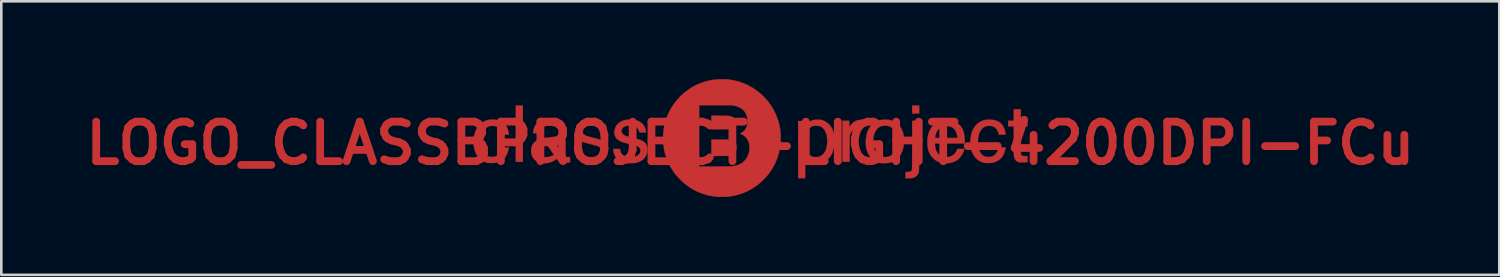
<source format=kicad_pcb>
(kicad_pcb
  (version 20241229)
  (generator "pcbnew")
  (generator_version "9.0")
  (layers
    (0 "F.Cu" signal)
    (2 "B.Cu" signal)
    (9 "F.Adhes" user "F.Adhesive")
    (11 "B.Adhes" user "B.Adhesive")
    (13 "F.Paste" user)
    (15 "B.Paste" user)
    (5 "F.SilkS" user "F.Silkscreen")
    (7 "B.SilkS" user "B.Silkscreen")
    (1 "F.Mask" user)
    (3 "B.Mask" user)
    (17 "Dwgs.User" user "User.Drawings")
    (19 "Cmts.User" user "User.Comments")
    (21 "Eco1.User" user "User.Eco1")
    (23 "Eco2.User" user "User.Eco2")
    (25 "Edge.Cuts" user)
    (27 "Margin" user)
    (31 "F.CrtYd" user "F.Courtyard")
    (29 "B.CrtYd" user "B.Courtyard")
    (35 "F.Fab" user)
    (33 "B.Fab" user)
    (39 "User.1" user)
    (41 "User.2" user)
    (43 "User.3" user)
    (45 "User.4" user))
  (footprint "LOGO_CLASSBPROJECT-LIGHT-4200DPI-FCu"
    (layer "F.Cu")
    (at 25.879 2.475)
    (property "Reference" "LOGO_CLASSBPROJECT-LIGHT-4200DPI-FCu" (at 0 0 0) (layer "F.Cu") (effects (font (size 1.524 1.524) (thickness 0.3))))
    (attr through_hole)
    (fp_poly (pts (xy -8.769 0.714) (xy -9.041 0.714) (xy -9.041 -1.457) (xy -8.769 -1.457) (xy -8.769 0.714)) (stroke (width 0.01) (type solid)) (fill yes) (layer "F.Cu"))
    (fp_poly (pts (xy 6.513 -1.149) (xy 6.241 -1.149) (xy 6.241 -1.457) (xy 6.513 -1.457) (xy 6.513 -1.149)) (stroke (width 0.01) (type solid)) (fill yes) (layer "F.Cu"))
    (fp_poly (pts (xy 4.33 -0.617) (xy 4.249 -0.617) (xy 4.18 -0.614) (xy 4.119 -0.604) (xy 4.065 -0.587) (xy 4.018 -0.562) (xy 3.974 -0.529) (xy 3.951 -0.505) (xy 3.915 -0.464) (xy 3.887 -0.422) (xy 3.864 -0.376) (xy 3.85 -0.34) (xy 3.831 -0.287) (xy 3.829 0.213) (xy 3.828 0.714) (xy 3.556 0.714) (xy 3.556 -0.871) (xy 3.816 -0.871) (xy 3.816 -0.621) (xy 3.834 -0.648) (xy 3.854 -0.677) (xy 3.882 -0.711) (xy 3.914 -0.745) (xy 3.946 -0.778) (xy 3.978 -0.806) (xy 3.982 -0.809) (xy 4.03 -0.844) (xy 4.076 -0.869) (xy 4.125 -0.887) (xy 4.178 -0.897) (xy 4.238 -0.901) (xy 4.254 -0.901) (xy 4.33 -0.901) (xy 4.33 -0.617)) (stroke (width 0.01) (type solid)) (fill yes) (layer "F.Cu"))
    (fp_poly (pts (xy -1.193 -0.145) (xy -1.109 -0.145) (xy -1.036 -0.145) (xy -0.974 -0.144) (xy -0.92 -0.143) (xy -0.874 -0.141) (xy -0.835 -0.138) (xy -0.802 -0.135) (xy -0.774 -0.131) (xy -0.749 -0.126) (xy -0.727 -0.121) (xy -0.707 -0.114) (xy -0.687 -0.105) (xy -0.673 -0.099) (xy -0.626 -0.07) (xy -0.588 -0.032) (xy -0.559 0.013) (xy -0.54 0.064) (xy -0.536 0.089) (xy -0.533 0.122) (xy -0.533 0.16) (xy -0.534 0.198) (xy -0.537 0.232) (xy -0.539 0.245) (xy -0.554 0.299) (xy -0.58 0.348) (xy -0.614 0.392) (xy -0.655 0.427) (xy -0.691 0.448) (xy -0.708 0.456) (xy -0.723 0.462) (xy -0.738 0.468) (xy -0.755 0.472) (xy -0.773 0.476) (xy -0.794 0.479) (xy -0.82 0.481) (xy -0.85 0.483) (xy -0.887 0.485) (xy -0.931 0.486) (xy -0.984 0.487) (xy -1.046 0.487) (xy -1.119 0.488) (xy -1.157 0.488) (xy -1.5 0.491) (xy -1.5 -0.145) (xy -1.193 -0.145)) (stroke (width 0.01) (type solid)) (fill yes) (layer "F.Cu"))
    (fp_poly (pts (xy -1.175 -1.063) (xy -1.099 -1.062) (xy -1.035 -1.061) (xy -0.981 -1.06) (xy -0.934 -1.059) (xy -0.896 -1.058) (xy -0.863 -1.056) (xy -0.836 -1.054) (xy -0.812 -1.052) (xy -0.791 -1.048) (xy -0.772 -1.044) (xy -0.753 -1.04) (xy -0.733 -1.034) (xy -0.724 -1.032) (xy -0.682 -1.013) (xy -0.645 -0.985) (xy -0.618 -0.953) (xy -0.604 -0.93) (xy -0.595 -0.907) (xy -0.588 -0.881) (xy -0.585 -0.85) (xy -0.584 -0.811) (xy -0.584 -0.801) (xy -0.584 -0.767) (xy -0.586 -0.742) (xy -0.589 -0.723) (xy -0.594 -0.705) (xy -0.598 -0.695) (xy -0.62 -0.652) (xy -0.652 -0.617) (xy -0.694 -0.589) (xy -0.705 -0.583) (xy -0.722 -0.575) (xy -0.738 -0.568) (xy -0.754 -0.562) (xy -0.77 -0.557) (xy -0.789 -0.553) (xy -0.81 -0.55) (xy -0.835 -0.547) (xy -0.865 -0.545) (xy -0.901 -0.543) (xy -0.945 -0.542) (xy -0.997 -0.541) (xy -1.058 -0.541) (xy -1.13 -0.54) (xy -1.166 -0.54) (xy -1.5 -0.537) (xy -1.5 -1.066) (xy -1.175 -1.063)) (stroke (width 0.01) (type solid)) (fill yes) (layer "F.Cu"))
    (fp_poly (pts (xy 6.512 0.095) (xy 6.511 0.222) (xy 6.511 0.337) (xy 6.511 0.442) (xy 6.51 0.536) (xy 6.51 0.62) (xy 6.51 0.695) (xy 6.51 0.761) (xy 6.509 0.819) (xy 6.509 0.87) (xy 6.508 0.914) (xy 6.508 0.951) (xy 6.507 0.983) (xy 6.506 1.01) (xy 6.506 1.032) (xy 6.505 1.049) (xy 6.504 1.064) (xy 6.503 1.075) (xy 6.502 1.084) (xy 6.5 1.092) (xy 6.499 1.098) (xy 6.479 1.159) (xy 6.452 1.21) (xy 6.416 1.254) (xy 6.371 1.289) (xy 6.317 1.317) (xy 6.268 1.334) (xy 6.25 1.338) (xy 6.226 1.341) (xy 6.194 1.344) (xy 6.154 1.346) (xy 6.11 1.347) (xy 5.987 1.35) (xy 5.987 1.107) (xy 6.025 1.107) (xy 6.059 1.106) (xy 6.095 1.102) (xy 6.131 1.098) (xy 6.161 1.092) (xy 6.184 1.086) (xy 6.187 1.085) (xy 6.204 1.075) (xy 6.217 1.059) (xy 6.226 1.036) (xy 6.233 1.003) (xy 6.235 0.994) (xy 6.236 0.982) (xy 6.237 0.958) (xy 6.237 0.923) (xy 6.238 0.876) (xy 6.239 0.819) (xy 6.239 0.751) (xy 6.24 0.674) (xy 6.24 0.586) (xy 6.24 0.489) (xy 6.241 0.382) (xy 6.241 0.267) (xy 6.241 0.144) (xy 6.241 0.044) (xy 6.241 -0.865) (xy 6.514 -0.865) (xy 6.512 0.095)) (stroke (width 0.01) (type solid)) (fill yes) (layer "F.Cu"))
    (fp_poly (pts (xy 10.432 -0.871) (xy 10.686 -0.871) (xy 10.686 -0.653) (xy 10.432 -0.653) (xy 10.432 -0.122) (xy 10.432 -0.03) (xy 10.432 0.051) (xy 10.432 0.122) (xy 10.433 0.183) (xy 10.433 0.235) (xy 10.433 0.278) (xy 10.434 0.315) (xy 10.434 0.344) (xy 10.435 0.368) (xy 10.436 0.387) (xy 10.437 0.401) (xy 10.438 0.412) (xy 10.439 0.42) (xy 10.441 0.426) (xy 10.443 0.431) (xy 10.444 0.432) (xy 10.456 0.454) (xy 10.47 0.471) (xy 10.489 0.482) (xy 10.514 0.49) (xy 10.546 0.494) (xy 10.589 0.496) (xy 10.604 0.496) (xy 10.686 0.496) (xy 10.686 0.718) (xy 10.651 0.726) (xy 10.628 0.729) (xy 10.596 0.732) (xy 10.558 0.734) (xy 10.517 0.735) (xy 10.475 0.736) (xy 10.436 0.735) (xy 10.401 0.734) (xy 10.373 0.731) (xy 10.358 0.729) (xy 10.307 0.711) (xy 10.264 0.685) (xy 10.229 0.65) (xy 10.201 0.606) (xy 10.179 0.552) (xy 10.17 0.516) (xy 10.168 0.507) (xy 10.167 0.497) (xy 10.165 0.484) (xy 10.164 0.469) (xy 10.163 0.449) (xy 10.162 0.424) (xy 10.162 0.394) (xy 10.161 0.357) (xy 10.161 0.314) (xy 10.161 0.263) (xy 10.16 0.203) (xy 10.16 0.133) (xy 10.16 0.054) (xy 10.16 -0.037) (xy 10.16 -0.09) (xy 10.16 -0.653) (xy 9.942 -0.653) (xy 9.942 -0.871) (xy 10.16 -0.871) (xy 10.16 -1.312) (xy 10.432 -1.312) (xy 10.432 -0.871)) (stroke (width 0.01) (type solid)) (fill yes) (layer "F.Cu"))
    (fp_poly (pts (xy -9.873 -0.912) (xy -9.834 -0.91) (xy -9.815 -0.907) (xy -9.729 -0.89) (xy -9.649 -0.864) (xy -9.578 -0.83) (xy -9.516 -0.789) (xy -9.462 -0.739) (xy -9.442 -0.716) (xy -9.405 -0.662) (xy -9.374 -0.6) (xy -9.348 -0.529) (xy -9.327 -0.448) (xy -9.311 -0.358) (xy -9.307 -0.333) (xy -9.572 -0.333) (xy -9.585 -0.385) (xy -9.605 -0.444) (xy -9.631 -0.5) (xy -9.661 -0.548) (xy -9.69 -0.583) (xy -9.728 -0.615) (xy -9.768 -0.64) (xy -9.814 -0.657) (xy -9.867 -0.667) (xy -9.928 -0.671) (xy -9.943 -0.671) (xy -9.983 -0.67) (xy -10.019 -0.667) (xy -10.047 -0.663) (xy -10.048 -0.662) (xy -10.11 -0.64) (xy -10.166 -0.608) (xy -10.216 -0.566) (xy -10.259 -0.513) (xy -10.296 -0.45) (xy -10.327 -0.377) (xy -10.351 -0.293) (xy -10.363 -0.237) (xy -10.369 -0.195) (xy -10.373 -0.143) (xy -10.376 -0.087) (xy -10.377 -0.03) (xy -10.375 0.025) (xy -10.372 0.074) (xy -10.369 0.103) (xy -10.353 0.183) (xy -10.331 0.257) (xy -10.302 0.323) (xy -10.267 0.381) (xy -10.227 0.429) (xy -10.189 0.463) (xy -10.15 0.488) (xy -10.107 0.506) (xy -10.078 0.514) (xy -10.037 0.522) (xy -9.99 0.525) (xy -9.941 0.526) (xy -9.895 0.522) (xy -9.864 0.517) (xy -9.808 0.497) (xy -9.755 0.467) (xy -9.708 0.427) (xy -9.666 0.376) (xy -9.63 0.317) (xy -9.6 0.25) (xy -9.579 0.183) (xy -9.573 0.157) (xy -9.307 0.157) (xy -9.311 0.18) (xy -9.331 0.278) (xy -9.359 0.366) (xy -9.394 0.445) (xy -9.436 0.514) (xy -9.485 0.575) (xy -9.542 0.628) (xy -9.583 0.657) (xy -9.64 0.69) (xy -9.699 0.717) (xy -9.762 0.737) (xy -9.834 0.752) (xy -9.836 0.753) (xy -9.868 0.757) (xy -9.909 0.76) (xy -9.955 0.761) (xy -10.001 0.761) (xy -10.047 0.76) (xy -10.087 0.758) (xy -10.119 0.754) (xy -10.126 0.753) (xy -10.209 0.73) (xy -10.287 0.697) (xy -10.359 0.654) (xy -10.425 0.601) (xy -10.484 0.539) (xy -10.535 0.468) (xy -10.579 0.389) (xy -10.615 0.302) (xy -10.637 0.227) (xy -10.654 0.145) (xy -10.664 0.056) (xy -10.668 -0.038) (xy -10.665 -0.134) (xy -10.656 -0.229) (xy -10.64 -0.32) (xy -10.631 -0.36) (xy -10.602 -0.453) (xy -10.563 -0.54) (xy -10.516 -0.618) (xy -10.461 -0.689) (xy -10.398 -0.752) (xy -10.328 -0.805) (xy -10.251 -0.849) (xy -10.168 -0.883) (xy -10.127 -0.896) (xy -10.097 -0.902) (xy -10.059 -0.906) (xy -10.014 -0.91) (xy -9.966 -0.912) (xy -9.918 -0.913) (xy -9.873 -0.912)) (stroke (width 0.01) (type solid)) (fill yes) (layer "F.Cu"))
    (fp_poly (pts (xy 9.28 -0.912) (xy 9.319 -0.91) (xy 9.338 -0.907) (xy 9.424 -0.89) (xy 9.503 -0.864) (xy 9.574 -0.83) (xy 9.637 -0.789) (xy 9.691 -0.739) (xy 9.711 -0.716) (xy 9.748 -0.662) (xy 9.779 -0.6) (xy 9.805 -0.529) (xy 9.826 -0.448) (xy 9.842 -0.358) (xy 9.846 -0.333) (xy 9.581 -0.333) (xy 9.567 -0.385) (xy 9.548 -0.444) (xy 9.522 -0.5) (xy 9.492 -0.548) (xy 9.462 -0.583) (xy 9.425 -0.615) (xy 9.385 -0.64) (xy 9.339 -0.657) (xy 9.286 -0.667) (xy 9.225 -0.671) (xy 9.21 -0.671) (xy 9.17 -0.67) (xy 9.134 -0.667) (xy 9.106 -0.663) (xy 9.104 -0.662) (xy 9.042 -0.64) (xy 8.986 -0.608) (xy 8.937 -0.566) (xy 8.894 -0.513) (xy 8.857 -0.45) (xy 8.826 -0.377) (xy 8.802 -0.293) (xy 8.79 -0.237) (xy 8.784 -0.195) (xy 8.78 -0.143) (xy 8.777 -0.087) (xy 8.776 -0.03) (xy 8.777 0.025) (xy 8.78 0.074) (xy 8.784 0.103) (xy 8.8 0.183) (xy 8.822 0.257) (xy 8.851 0.323) (xy 8.886 0.381) (xy 8.926 0.429) (xy 8.964 0.463) (xy 9.002 0.488) (xy 9.046 0.506) (xy 9.075 0.514) (xy 9.116 0.522) (xy 9.163 0.525) (xy 9.212 0.526) (xy 9.258 0.522) (xy 9.289 0.517) (xy 9.345 0.497) (xy 9.397 0.467) (xy 9.445 0.427) (xy 9.487 0.376) (xy 9.523 0.317) (xy 9.553 0.25) (xy 9.573 0.183) (xy 9.58 0.157) (xy 9.846 0.157) (xy 9.842 0.18) (xy 9.822 0.278) (xy 9.794 0.366) (xy 9.759 0.445) (xy 9.717 0.514) (xy 9.668 0.575) (xy 9.611 0.628) (xy 9.57 0.657) (xy 9.513 0.69) (xy 9.454 0.717) (xy 9.39 0.737) (xy 9.319 0.752) (xy 9.317 0.753) (xy 9.284 0.757) (xy 9.244 0.76) (xy 9.198 0.761) (xy 9.151 0.761) (xy 9.106 0.76) (xy 9.066 0.758) (xy 9.033 0.754) (xy 9.027 0.753) (xy 8.943 0.73) (xy 8.866 0.697) (xy 8.794 0.654) (xy 8.728 0.601) (xy 8.669 0.539) (xy 8.618 0.468) (xy 8.574 0.389) (xy 8.538 0.302) (xy 8.515 0.227) (xy 8.499 0.145) (xy 8.489 0.056) (xy 8.485 -0.038) (xy 8.488 -0.134) (xy 8.497 -0.229) (xy 8.513 -0.32) (xy 8.522 -0.36) (xy 8.551 -0.453) (xy 8.59 -0.54) (xy 8.637 -0.618) (xy 8.692 -0.689) (xy 8.755 -0.752) (xy 8.825 -0.805) (xy 8.902 -0.849) (xy 8.985 -0.883) (xy 9.026 -0.896) (xy 9.055 -0.902) (xy 9.094 -0.906) (xy 9.139 -0.91) (xy 9.186 -0.912) (xy 9.234 -0.913) (xy 9.28 -0.912)) (stroke (width 0.01) (type solid)) (fill yes) (layer "F.Cu"))
    (fp_poly (pts (xy 2.642 -0.91) (xy 2.674 -0.909) (xy 2.698 -0.908) (xy 2.718 -0.906) (xy 2.735 -0.903) (xy 2.752 -0.899) (xy 2.771 -0.893) (xy 2.773 -0.893) (xy 2.852 -0.862) (xy 2.926 -0.821) (xy 2.994 -0.771) (xy 3.054 -0.711) (xy 3.108 -0.643) (xy 3.153 -0.567) (xy 3.189 -0.484) (xy 3.196 -0.464) (xy 3.216 -0.391) (xy 3.231 -0.31) (xy 3.24 -0.222) (xy 3.244 -0.13) (xy 3.243 -0.036) (xy 3.236 0.057) (xy 3.224 0.148) (xy 3.207 0.233) (xy 3.196 0.275) (xy 3.164 0.366) (xy 3.124 0.449) (xy 3.075 0.523) (xy 3.019 0.588) (xy 2.954 0.645) (xy 2.882 0.692) (xy 2.851 0.708) (xy 2.812 0.726) (xy 2.777 0.74) (xy 2.744 0.75) (xy 2.709 0.758) (xy 2.671 0.762) (xy 2.627 0.764) (xy 2.573 0.765) (xy 2.567 0.765) (xy 2.525 0.765) (xy 2.493 0.764) (xy 2.468 0.763) (xy 2.449 0.761) (xy 2.432 0.759) (xy 2.415 0.755) (xy 2.397 0.749) (xy 2.392 0.748) (xy 2.347 0.733) (xy 2.309 0.716) (xy 2.275 0.696) (xy 2.241 0.671) (xy 2.204 0.638) (xy 2.185 0.62) (xy 2.117 0.553) (xy 2.117 1.343) (xy 1.845 1.343) (xy 1.845 -0.014) (xy 2.109 -0.014) (xy 2.114 0.081) (xy 2.127 0.167) (xy 2.148 0.245) (xy 2.175 0.314) (xy 2.21 0.375) (xy 2.251 0.425) (xy 2.3 0.467) (xy 2.355 0.499) (xy 2.417 0.521) (xy 2.44 0.526) (xy 2.467 0.53) (xy 2.502 0.531) (xy 2.54 0.531) (xy 2.578 0.53) (xy 2.61 0.527) (xy 2.633 0.523) (xy 2.687 0.503) (xy 2.74 0.473) (xy 2.79 0.435) (xy 2.834 0.39) (xy 2.87 0.339) (xy 2.884 0.316) (xy 2.912 0.255) (xy 2.933 0.192) (xy 2.949 0.123) (xy 2.96 0.047) (xy 2.967 -0.033) (xy 2.968 -0.128) (xy 2.961 -0.218) (xy 2.947 -0.302) (xy 2.925 -0.38) (xy 2.897 -0.45) (xy 2.862 -0.512) (xy 2.821 -0.565) (xy 2.812 -0.574) (xy 2.766 -0.613) (xy 2.716 -0.643) (xy 2.661 -0.663) (xy 2.598 -0.674) (xy 2.537 -0.677) (xy 2.499 -0.676) (xy 2.465 -0.673) (xy 2.437 -0.669) (xy 2.434 -0.668) (xy 2.371 -0.646) (xy 2.315 -0.614) (xy 2.266 -0.572) (xy 2.223 -0.52) (xy 2.187 -0.459) (xy 2.158 -0.387) (xy 2.136 -0.305) (xy 2.12 -0.213) (xy 2.111 -0.117) (xy 2.109 -0.014) (xy 1.845 -0.014) (xy 1.845 -0.859) (xy 2.111 -0.859) (xy 2.111 -0.679) (xy 2.176 -0.743) (xy 2.228 -0.791) (xy 2.28 -0.829) (xy 2.334 -0.86) (xy 2.392 -0.884) (xy 2.443 -0.899) (xy 2.46 -0.903) (xy 2.48 -0.906) (xy 2.503 -0.908) (xy 2.533 -0.909) (xy 2.572 -0.91) (xy 2.6 -0.91) (xy 2.642 -0.91)) (stroke (width 0.01) (type solid)) (fill yes) (layer "F.Cu"))
    (fp_poly (pts (xy 5.239 -0.912) (xy 5.287 -0.91) (xy 5.329 -0.906) (xy 5.344 -0.904) (xy 5.434 -0.882) (xy 5.519 -0.85) (xy 5.599 -0.806) (xy 5.672 -0.753) (xy 5.718 -0.711) (xy 5.773 -0.649) (xy 5.819 -0.582) (xy 5.856 -0.508) (xy 5.883 -0.435) (xy 5.897 -0.386) (xy 5.908 -0.336) (xy 5.916 -0.284) (xy 5.922 -0.226) (xy 5.925 -0.16) (xy 5.925 -0.15) (xy 5.924 -0.034) (xy 5.915 0.075) (xy 5.898 0.176) (xy 5.871 0.272) (xy 5.836 0.362) (xy 5.791 0.448) (xy 5.764 0.49) (xy 5.713 0.557) (xy 5.655 0.615) (xy 5.59 0.663) (xy 5.517 0.703) (xy 5.436 0.733) (xy 5.347 0.755) (xy 5.325 0.759) (xy 5.294 0.763) (xy 5.254 0.765) (xy 5.21 0.767) (xy 5.163 0.767) (xy 5.116 0.767) (xy 5.074 0.765) (xy 5.038 0.762) (xy 5.016 0.759) (xy 4.929 0.737) (xy 4.847 0.705) (xy 4.773 0.663) (xy 4.705 0.611) (xy 4.644 0.55) (xy 4.591 0.479) (xy 4.55 0.408) (xy 4.512 0.322) (xy 4.484 0.229) (xy 4.464 0.129) (xy 4.454 0.024) (xy 4.454 -0.05) (xy 4.735 -0.05) (xy 4.739 0.04) (xy 4.75 0.125) (xy 4.769 0.203) (xy 4.794 0.274) (xy 4.825 0.338) (xy 4.863 0.394) (xy 4.906 0.44) (xy 4.955 0.476) (xy 4.979 0.489) (xy 5.015 0.506) (xy 5.05 0.518) (xy 5.087 0.525) (xy 5.128 0.529) (xy 5.176 0.53) (xy 5.201 0.53) (xy 5.239 0.529) (xy 5.268 0.528) (xy 5.291 0.525) (xy 5.311 0.522) (xy 5.33 0.516) (xy 5.344 0.512) (xy 5.396 0.49) (xy 5.443 0.461) (xy 5.483 0.424) (xy 5.519 0.378) (xy 5.551 0.321) (xy 5.579 0.255) (xy 5.591 0.222) (xy 5.616 0.133) (xy 5.633 0.044) (xy 5.641 -0.049) (xy 5.641 -0.148) (xy 5.641 -0.148) (xy 5.636 -0.225) (xy 5.627 -0.293) (xy 5.613 -0.354) (xy 5.594 -0.41) (xy 5.569 -0.465) (xy 5.568 -0.468) (xy 5.532 -0.526) (xy 5.487 -0.576) (xy 5.434 -0.616) (xy 5.373 -0.647) (xy 5.352 -0.655) (xy 5.33 -0.663) (xy 5.309 -0.668) (xy 5.288 -0.672) (xy 5.263 -0.674) (xy 5.23 -0.676) (xy 5.215 -0.676) (xy 5.16 -0.676) (xy 5.114 -0.673) (xy 5.074 -0.666) (xy 5.036 -0.655) (xy 4.997 -0.639) (xy 4.946 -0.607) (xy 4.899 -0.565) (xy 4.857 -0.514) (xy 4.821 -0.454) (xy 4.791 -0.385) (xy 4.767 -0.309) (xy 4.749 -0.227) (xy 4.739 -0.139) (xy 4.735 -0.05) (xy 4.454 -0.05) (xy 4.454 -0.086) (xy 4.456 -0.138) (xy 4.466 -0.23) (xy 4.48 -0.314) (xy 4.499 -0.39) (xy 4.525 -0.461) (xy 4.554 -0.526) (xy 4.602 -0.609) (xy 4.657 -0.683) (xy 4.719 -0.746) (xy 4.788 -0.8) (xy 4.864 -0.843) (xy 4.946 -0.877) (xy 5.035 -0.901) (xy 5.054 -0.904) (xy 5.092 -0.909) (xy 5.137 -0.912) (xy 5.188 -0.913) (xy 5.239 -0.912)) (stroke (width 0.01) (type solid)) (fill yes) (layer "F.Cu"))
    (fp_poly (pts (xy 7.63 -0.9) (xy 7.677 -0.896) (xy 7.7 -0.893) (xy 7.782 -0.872) (xy 7.861 -0.843) (xy 7.936 -0.807) (xy 8.003 -0.763) (xy 8.063 -0.713) (xy 8.114 -0.659) (xy 8.132 -0.634) (xy 8.163 -0.586) (xy 8.189 -0.536) (xy 8.211 -0.484) (xy 8.228 -0.428) (xy 8.243 -0.367) (xy 8.254 -0.298) (xy 8.262 -0.222) (xy 8.268 -0.135) (xy 8.27 -0.086) (xy 8.273 0.006) (xy 7.118 0.006) (xy 7.118 0.032) (xy 7.12 0.057) (xy 7.124 0.091) (xy 7.129 0.129) (xy 7.137 0.167) (xy 7.144 0.202) (xy 7.148 0.217) (xy 7.172 0.286) (xy 7.204 0.348) (xy 7.242 0.402) (xy 7.286 0.447) (xy 7.335 0.482) (xy 7.356 0.493) (xy 7.395 0.51) (xy 7.433 0.521) (xy 7.474 0.528) (xy 7.521 0.531) (xy 7.575 0.531) (xy 7.612 0.529) (xy 7.64 0.527) (xy 7.663 0.524) (xy 7.684 0.519) (xy 7.706 0.512) (xy 7.708 0.512) (xy 7.773 0.483) (xy 7.831 0.445) (xy 7.881 0.398) (xy 7.923 0.343) (xy 7.956 0.28) (xy 7.963 0.263) (xy 7.98 0.218) (xy 8.115 0.218) (xy 8.249 0.218) (xy 8.245 0.24) (xy 8.232 0.293) (xy 8.21 0.351) (xy 8.181 0.41) (xy 8.146 0.468) (xy 8.107 0.522) (xy 8.065 0.571) (xy 8.055 0.581) (xy 7.991 0.637) (xy 7.919 0.683) (xy 7.84 0.719) (xy 7.754 0.746) (xy 7.676 0.762) (xy 7.639 0.765) (xy 7.594 0.768) (xy 7.545 0.768) (xy 7.494 0.767) (xy 7.447 0.764) (xy 7.405 0.76) (xy 7.378 0.755) (xy 7.295 0.732) (xy 7.215 0.697) (xy 7.14 0.65) (xy 7.069 0.593) (xy 7.063 0.588) (xy 7.006 0.528) (xy 6.958 0.466) (xy 6.918 0.398) (xy 6.885 0.324) (xy 6.859 0.242) (xy 6.84 0.151) (xy 6.834 0.109) (xy 6.83 0.076) (xy 6.828 0.034) (xy 6.827 -0.014) (xy 6.828 -0.065) (xy 6.829 -0.115) (xy 6.831 -0.162) (xy 6.835 -0.203) (xy 6.835 -0.206) (xy 7.123 -0.206) (xy 7.556 -0.206) (xy 7.639 -0.206) (xy 7.71 -0.206) (xy 7.771 -0.206) (xy 7.823 -0.206) (xy 7.866 -0.206) (xy 7.9 -0.207) (xy 7.928 -0.207) (xy 7.949 -0.208) (xy 7.965 -0.209) (xy 7.976 -0.21) (xy 7.983 -0.211) (xy 7.987 -0.213) (xy 7.989 -0.215) (xy 7.989 -0.216) (xy 7.987 -0.235) (xy 7.983 -0.261) (xy 7.977 -0.293) (xy 7.969 -0.327) (xy 7.961 -0.36) (xy 7.953 -0.388) (xy 7.952 -0.39) (xy 7.926 -0.457) (xy 7.891 -0.514) (xy 7.848 -0.563) (xy 7.799 -0.603) (xy 7.764 -0.623) (xy 7.718 -0.642) (xy 7.673 -0.655) (xy 7.623 -0.663) (xy 7.566 -0.665) (xy 7.562 -0.665) (xy 7.493 -0.661) (xy 7.431 -0.649) (xy 7.376 -0.628) (xy 7.367 -0.623) (xy 7.307 -0.584) (xy 7.255 -0.537) (xy 7.211 -0.481) (xy 7.176 -0.417) (xy 7.149 -0.346) (xy 7.131 -0.269) (xy 7.127 -0.24) (xy 7.123 -0.206) (xy 6.835 -0.206) (xy 6.837 -0.221) (xy 6.857 -0.326) (xy 6.887 -0.423) (xy 6.927 -0.513) (xy 6.976 -0.596) (xy 7.036 -0.671) (xy 7.075 -0.712) (xy 7.141 -0.769) (xy 7.214 -0.816) (xy 7.293 -0.854) (xy 7.378 -0.881) (xy 7.419 -0.89) (xy 7.468 -0.896) (xy 7.522 -0.9) (xy 7.578 -0.901) (xy 7.63 -0.9)) (stroke (width 0.01) (type solid)) (fill yes) (layer "F.Cu"))
    (fp_poly (pts (xy -6.093 -0.91) (xy -6.046 -0.908) (xy -6.006 -0.906) (xy -5.971 -0.902) (xy -5.939 -0.895) (xy -5.907 -0.887) (xy -5.874 -0.876) (xy -5.853 -0.868) (xy -5.79 -0.841) (xy -5.735 -0.807) (xy -5.7 -0.78) (xy -5.656 -0.737) (xy -5.617 -0.687) (xy -5.584 -0.632) (xy -5.559 -0.574) (xy -5.541 -0.516) (xy -5.534 -0.459) (xy -5.534 -0.449) (xy -5.534 -0.417) (xy -5.787 -0.417) (xy -5.794 -0.451) (xy -5.805 -0.488) (xy -5.822 -0.527) (xy -5.844 -0.562) (xy -5.867 -0.59) (xy -5.87 -0.592) (xy -5.903 -0.617) (xy -5.945 -0.64) (xy -5.992 -0.658) (xy -6.008 -0.663) (xy -6.033 -0.668) (xy -6.067 -0.671) (xy -6.106 -0.674) (xy -6.149 -0.676) (xy -6.191 -0.677) (xy -6.23 -0.676) (xy -6.263 -0.673) (xy -6.276 -0.672) (xy -6.326 -0.659) (xy -6.372 -0.638) (xy -6.411 -0.611) (xy -6.443 -0.58) (xy -6.46 -0.553) (xy -6.469 -0.531) (xy -6.474 -0.501) (xy -6.476 -0.488) (xy -6.474 -0.443) (xy -6.461 -0.402) (xy -6.437 -0.366) (xy -6.402 -0.333) (xy -6.355 -0.304) (xy -6.313 -0.285) (xy -6.296 -0.279) (xy -6.269 -0.271) (xy -6.234 -0.261) (xy -6.193 -0.25) (xy -6.147 -0.238) (xy -6.099 -0.225) (xy -6.072 -0.218) (xy -5.986 -0.197) (xy -5.911 -0.177) (xy -5.846 -0.158) (xy -5.79 -0.141) (xy -5.742 -0.124) (xy -5.701 -0.107) (xy -5.666 -0.09) (xy -5.636 -0.073) (xy -5.61 -0.055) (xy -5.602 -0.049) (xy -5.575 -0.022) (xy -5.548 0.012) (xy -5.524 0.05) (xy -5.506 0.087) (xy -5.505 0.091) (xy -5.488 0.152) (xy -5.48 0.218) (xy -5.481 0.287) (xy -5.491 0.356) (xy -5.509 0.421) (xy -5.53 0.471) (xy -5.57 0.538) (xy -5.618 0.596) (xy -5.675 0.647) (xy -5.741 0.688) (xy -5.815 0.722) (xy -5.898 0.747) (xy -5.902 0.748) (xy -5.923 0.753) (xy -5.943 0.757) (xy -5.963 0.76) (xy -5.986 0.762) (xy -6.013 0.763) (xy -6.047 0.764) (xy -6.089 0.765) (xy -6.114 0.765) (xy -6.158 0.766) (xy -6.201 0.765) (xy -6.239 0.765) (xy -6.272 0.764) (xy -6.296 0.762) (xy -6.305 0.761) (xy -6.372 0.749) (xy -6.438 0.73) (xy -6.5 0.707) (xy -6.555 0.679) (xy -6.595 0.653) (xy -6.626 0.625) (xy -6.658 0.589) (xy -6.69 0.548) (xy -6.718 0.505) (xy -6.734 0.475) (xy -6.757 0.42) (xy -6.776 0.359) (xy -6.79 0.297) (xy -6.794 0.262) (xy -6.799 0.218) (xy -6.538 0.218) (xy -6.534 0.24) (xy -6.531 0.259) (xy -6.525 0.283) (xy -6.522 0.298) (xy -6.503 0.354) (xy -6.475 0.402) (xy -6.437 0.443) (xy -6.391 0.476) (xy -6.335 0.502) (xy -6.269 0.521) (xy -6.239 0.526) (xy -6.21 0.53) (xy -6.172 0.531) (xy -6.131 0.531) (xy -6.087 0.53) (xy -6.046 0.528) (xy -6.009 0.524) (xy -5.98 0.519) (xy -5.972 0.517) (xy -5.93 0.503) (xy -5.889 0.485) (xy -5.851 0.464) (xy -5.819 0.441) (xy -5.805 0.429) (xy -5.777 0.392) (xy -5.759 0.351) (xy -5.749 0.307) (xy -5.749 0.262) (xy -5.759 0.22) (xy -5.776 0.185) (xy -5.787 0.171) (xy -5.799 0.157) (xy -5.814 0.145) (xy -5.832 0.133) (xy -5.855 0.122) (xy -5.883 0.11) (xy -5.918 0.098) (xy -5.961 0.085) (xy -6.011 0.07) (xy -6.071 0.054) (xy -6.142 0.036) (xy -6.175 0.027) (xy -6.241 0.01) (xy -6.297 -0.005) (xy -6.345 -0.017) (xy -6.384 -0.029) (xy -6.417 -0.039) (xy -6.446 -0.048) (xy -6.471 -0.057) (xy -6.493 -0.067) (xy -6.515 -0.077) (xy -6.538 -0.088) (xy -6.538 -0.088) (xy -6.601 -0.126) (xy -6.653 -0.169) (xy -6.695 -0.218) (xy -6.725 -0.271) (xy -6.745 -0.33) (xy -6.754 -0.394) (xy -6.753 -0.45) (xy -6.741 -0.528) (xy -6.718 -0.6) (xy -6.686 -0.665) (xy -6.644 -0.724) (xy -6.592 -0.776) (xy -6.53 -0.82) (xy -6.46 -0.857) (xy -6.381 -0.887) (xy -6.346 -0.896) (xy -6.327 -0.901) (xy -6.31 -0.904) (xy -6.291 -0.907) (xy -6.269 -0.908) (xy -6.242 -0.909) (xy -6.208 -0.91) (xy -6.164 -0.91) (xy -6.15 -0.91) (xy -6.093 -0.91)) (stroke (width 0.01) (type solid)) (fill yes) (layer "F.Cu"))
    (fp_poly (pts (xy -4.581 -0.91) (xy -4.534 -0.908) (xy -4.494 -0.906) (xy -4.459 -0.902) (xy -4.427 -0.895) (xy -4.395 -0.887) (xy -4.362 -0.876) (xy -4.341 -0.868) (xy -4.278 -0.841) (xy -4.223 -0.807) (xy -4.188 -0.78) (xy -4.144 -0.737) (xy -4.105 -0.687) (xy -4.072 -0.632) (xy -4.047 -0.574) (xy -4.03 -0.516) (xy -4.022 -0.459) (xy -4.022 -0.449) (xy -4.022 -0.417) (xy -4.275 -0.417) (xy -4.282 -0.451) (xy -4.293 -0.488) (xy -4.31 -0.527) (xy -4.332 -0.562) (xy -4.355 -0.59) (xy -4.358 -0.592) (xy -4.391 -0.617) (xy -4.433 -0.64) (xy -4.48 -0.658) (xy -4.496 -0.663) (xy -4.521 -0.668) (xy -4.555 -0.671) (xy -4.595 -0.674) (xy -4.637 -0.676) (xy -4.679 -0.677) (xy -4.718 -0.676) (xy -4.751 -0.673) (xy -4.764 -0.672) (xy -4.814 -0.659) (xy -4.86 -0.638) (xy -4.9 -0.611) (xy -4.931 -0.58) (xy -4.948 -0.553) (xy -4.957 -0.531) (xy -4.962 -0.501) (xy -4.964 -0.488) (xy -4.962 -0.443) (xy -4.949 -0.402) (xy -4.925 -0.366) (xy -4.89 -0.333) (xy -4.843 -0.304) (xy -4.801 -0.285) (xy -4.784 -0.279) (xy -4.757 -0.271) (xy -4.722 -0.261) (xy -4.681 -0.25) (xy -4.635 -0.238) (xy -4.587 -0.225) (xy -4.56 -0.218) (xy -4.474 -0.197) (xy -4.399 -0.177) (xy -4.334 -0.158) (xy -4.278 -0.141) (xy -4.23 -0.124) (xy -4.189 -0.107) (xy -4.154 -0.09) (xy -4.124 -0.073) (xy -4.098 -0.055) (xy -4.09 -0.049) (xy -4.063 -0.022) (xy -4.036 0.012) (xy -4.012 0.05) (xy -3.994 0.087) (xy -3.993 0.091) (xy -3.976 0.152) (xy -3.968 0.218) (xy -3.97 0.287) (xy -3.979 0.356) (xy -3.997 0.421) (xy -4.018 0.471) (xy -4.058 0.538) (xy -4.107 0.596) (xy -4.163 0.647) (xy -4.229 0.688) (xy -4.303 0.722) (xy -4.386 0.747) (xy -4.39 0.748) (xy -4.411 0.753) (xy -4.431 0.757) (xy -4.451 0.76) (xy -4.474 0.762) (xy -4.501 0.763) (xy -4.535 0.764) (xy -4.577 0.765) (xy -4.602 0.765) (xy -4.646 0.766) (xy -4.689 0.765) (xy -4.727 0.765) (xy -4.76 0.764) (xy -4.784 0.762) (xy -4.793 0.761) (xy -4.86 0.749) (xy -4.926 0.73) (xy -4.988 0.707) (xy -5.043 0.679) (xy -5.083 0.653) (xy -5.114 0.625) (xy -5.146 0.589) (xy -5.178 0.548) (xy -5.206 0.505) (xy -5.222 0.475) (xy -5.245 0.42) (xy -5.264 0.359) (xy -5.278 0.297) (xy -5.283 0.262) (xy -5.287 0.218) (xy -5.026 0.218) (xy -5.022 0.24) (xy -5.019 0.259) (xy -5.013 0.283) (xy -5.01 0.298) (xy -4.991 0.354) (xy -4.963 0.402) (xy -4.926 0.443) (xy -4.879 0.476) (xy -4.823 0.502) (xy -4.757 0.521) (xy -4.727 0.526) (xy -4.698 0.53) (xy -4.66 0.531) (xy -4.619 0.531) (xy -4.575 0.53) (xy -4.534 0.528) (xy -4.497 0.524) (xy -4.468 0.519) (xy -4.46 0.517) (xy -4.419 0.503) (xy -4.377 0.485) (xy -4.339 0.464) (xy -4.307 0.441) (xy -4.293 0.429) (xy -4.265 0.392) (xy -4.247 0.351) (xy -4.237 0.307) (xy -4.237 0.262) (xy -4.247 0.22) (xy -4.264 0.185) (xy -4.275 0.171) (xy -4.287 0.157) (xy -4.302 0.145) (xy -4.32 0.133) (xy -4.343 0.122) (xy -4.372 0.11) (xy -4.406 0.098) (xy -4.449 0.085) (xy -4.499 0.07) (xy -4.559 0.054) (xy -4.63 0.036) (xy -4.663 0.027) (xy -4.729 0.01) (xy -4.785 -0.005) (xy -4.833 -0.017) (xy -4.872 -0.029) (xy -4.905 -0.039) (xy -4.934 -0.048) (xy -4.959 -0.057) (xy -4.981 -0.067) (xy -5.003 -0.077) (xy -5.026 -0.088) (xy -5.026 -0.088) (xy -5.089 -0.126) (xy -5.141 -0.169) (xy -5.183 -0.218) (xy -5.213 -0.271) (xy -5.233 -0.33) (xy -5.242 -0.394) (xy -5.241 -0.45) (xy -5.229 -0.528) (xy -5.206 -0.6) (xy -5.174 -0.665) (xy -5.132 -0.724) (xy -5.08 -0.776) (xy -5.019 -0.82) (xy -4.948 -0.857) (xy -4.869 -0.887) (xy -4.834 -0.896) (xy -4.816 -0.901) (xy -4.798 -0.904) (xy -4.779 -0.907) (xy -4.758 -0.908) (xy -4.73 -0.909) (xy -4.696 -0.91) (xy -4.652 -0.91) (xy -4.639 -0.91) (xy -4.581 -0.91)) (stroke (width 0.01) (type solid)) (fill yes) (layer "F.Cu"))
    (fp_poly (pts (xy -0.987 -2.468) (xy -0.888 -2.463) (xy -0.792 -2.453) (xy -0.698 -2.438) (xy -0.6 -2.418) (xy -0.539 -2.404) (xy -0.385 -2.36) (xy -0.234 -2.305) (xy -0.089 -2.239) (xy 0.051 -2.163) (xy 0.185 -2.078) (xy 0.313 -1.984) (xy 0.434 -1.881) (xy 0.547 -1.77) (xy 0.653 -1.652) (xy 0.75 -1.527) (xy 0.838 -1.395) (xy 0.917 -1.257) (xy 0.987 -1.113) (xy 1.046 -0.964) (xy 1.094 -0.811) (xy 1.106 -0.764) (xy 1.128 -0.67) (xy 1.145 -0.581) (xy 1.158 -0.493) (xy 1.167 -0.404) (xy 1.172 -0.31) (xy 1.173 -0.208) (xy 1.173 -0.199) (xy 1.17 -0.054) (xy 1.158 0.083) (xy 1.138 0.216) (xy 1.11 0.347) (xy 1.072 0.479) (xy 1.054 0.535) (xy 0.996 0.688) (xy 0.928 0.834) (xy 0.851 0.973) (xy 0.763 1.106) (xy 0.666 1.233) (xy 0.557 1.356) (xy 0.529 1.384) (xy 0.407 1.501) (xy 0.279 1.606) (xy 0.146 1.702) (xy 0.007 1.786) (xy -0.138 1.86) (xy -0.288 1.923) (xy -0.444 1.975) (xy -0.605 2.016) (xy -0.771 2.046) (xy -0.8 2.051) (xy -0.837 2.055) (xy -0.875 2.059) (xy -0.916 2.061) (xy -0.964 2.063) (xy -1.02 2.064) (xy -1.061 2.065) (xy -1.107 2.065) (xy -1.15 2.066) (xy -1.188 2.066) (xy -1.22 2.065) (xy -1.244 2.065) (xy -1.258 2.065) (xy -1.258 2.065) (xy -1.427 2.044) (xy -1.589 2.014) (xy -1.745 1.974) (xy -1.896 1.924) (xy -2.041 1.864) (xy -2.183 1.793) (xy -2.304 1.722) (xy -2.419 1.644) (xy -2.532 1.556) (xy -2.641 1.46) (xy -2.745 1.357) (xy -2.841 1.25) (xy -2.928 1.14) (xy -2.965 1.089) (xy -3.054 0.948) (xy -3.083 0.895) (xy -1.972 0.895) (xy -1.386 0.895) (xy -1.285 0.895) (xy -1.191 0.895) (xy -1.104 0.894) (xy -1.024 0.894) (xy -0.953 0.893) (xy -0.89 0.893) (xy -0.837 0.892) (xy -0.794 0.891) (xy -0.762 0.89) (xy -0.741 0.889) (xy -0.737 0.889) (xy -0.644 0.877) (xy -0.562 0.862) (xy -0.488 0.841) (xy -0.422 0.816) (xy -0.361 0.784) (xy -0.306 0.747) (xy -0.253 0.703) (xy -0.248 0.699) (xy -0.187 0.632) (xy -0.134 0.558) (xy -0.092 0.478) (xy -0.06 0.393) (xy -0.039 0.303) (xy -0.039 0.302) (xy -0.033 0.256) (xy -0.031 0.204) (xy -0.031 0.15) (xy -0.034 0.097) (xy -0.04 0.048) (xy -0.048 0.009) (xy -0.075 -0.072) (xy -0.11 -0.144) (xy -0.154 -0.209) (xy -0.207 -0.264) (xy -0.268 -0.312) (xy -0.338 -0.35) (xy -0.346 -0.354) (xy -0.366 -0.363) (xy -0.38 -0.371) (xy -0.387 -0.375) (xy -0.387 -0.375) (xy -0.382 -0.38) (xy -0.371 -0.386) (xy -0.33 -0.409) (xy -0.288 -0.44) (xy -0.247 -0.477) (xy -0.21 -0.518) (xy -0.18 -0.558) (xy -0.168 -0.578) (xy -0.141 -0.64) (xy -0.122 -0.709) (xy -0.11 -0.783) (xy -0.107 -0.861) (xy -0.111 -0.939) (xy -0.124 -1.015) (xy -0.127 -1.03) (xy -0.142 -1.075) (xy -0.162 -1.124) (xy -0.187 -1.172) (xy -0.213 -1.215) (xy -0.233 -1.241) (xy -0.285 -1.296) (xy -0.346 -1.343) (xy -0.416 -1.383) (xy -0.496 -1.417) (xy -0.585 -1.444) (xy -0.638 -1.456) (xy -0.647 -1.457) (xy -0.657 -1.459) (xy -0.671 -1.46) (xy -0.687 -1.461) (xy -0.707 -1.462) (xy -0.731 -1.463) (xy -0.761 -1.464) (xy -0.797 -1.465) (xy -0.84 -1.465) (xy -0.89 -1.466) (xy -0.948 -1.466) (xy -1.015 -1.467) (xy -1.092 -1.467) (xy -1.179 -1.467) (xy -1.277 -1.468) (xy -1.329 -1.468) (xy -1.972 -1.47) (xy -1.972 0.895) (xy -3.083 0.895) (xy -3.133 0.802) (xy -3.2 0.652) (xy -3.256 0.498) (xy -3.301 0.339) (xy -3.334 0.176) (xy -3.353 0.032) (xy -3.359 -0.044) (xy -3.363 -0.128) (xy -3.363 -0.217) (xy -3.361 -0.307) (xy -3.356 -0.396) (xy -3.349 -0.478) (xy -3.344 -0.517) (xy -3.317 -0.676) (xy -3.278 -0.831) (xy -3.229 -0.982) (xy -3.169 -1.129) (xy -3.099 -1.271) (xy -3.02 -1.407) (xy -2.931 -1.537) (xy -2.834 -1.661) (xy -2.729 -1.778) (xy -2.616 -1.888) (xy -2.495 -1.989) (xy -2.368 -2.082) (xy -2.235 -2.167) (xy -2.095 -2.242) (xy -1.95 -2.307) (xy -1.799 -2.362) (xy -1.65 -2.404) (xy -1.549 -2.427) (xy -1.453 -2.445) (xy -1.358 -2.457) (xy -1.262 -2.465) (xy -1.159 -2.469) (xy -1.095 -2.47) (xy -0.987 -2.468)) (stroke (width 0.01) (type solid)) (fill yes) (layer "F.Cu"))
    (fp_poly (pts (xy -7.617 -0.908) (xy -7.549 -0.899) (xy -7.486 -0.886) (xy -7.427 -0.867) (xy -7.368 -0.843) (xy -7.351 -0.835) (xy -7.29 -0.801) (xy -7.241 -0.762) (xy -7.2 -0.718) (xy -7.168 -0.667) (xy -7.144 -0.608) (xy -7.138 -0.59) (xy -7.136 -0.582) (xy -7.135 -0.574) (xy -7.133 -0.563) (xy -7.132 -0.55) (xy -7.131 -0.532) (xy -7.13 -0.511) (xy -7.129 -0.484) (xy -7.128 -0.45) (xy -7.127 -0.41) (xy -7.127 -0.363) (xy -7.126 -0.306) (xy -7.126 -0.241) (xy -7.125 -0.165) (xy -7.125 -0.078) (xy -7.124 -0.033) (xy -7.124 0.062) (xy -7.123 0.147) (xy -7.122 0.22) (xy -7.122 0.283) (xy -7.121 0.337) (xy -7.12 0.382) (xy -7.119 0.418) (xy -7.118 0.447) (xy -7.117 0.469) (xy -7.116 0.485) (xy -7.115 0.495) (xy -7.113 0.5) (xy -7.113 0.5) (xy -7.103 0.515) (xy -7.091 0.524) (xy -7.074 0.53) (xy -7.05 0.532) (xy -7.016 0.531) (xy -7.012 0.531) (xy -6.949 0.528) (xy -6.949 0.725) (xy -6.98 0.735) (xy -7.005 0.741) (xy -7.038 0.745) (xy -7.076 0.748) (xy -7.116 0.749) (xy -7.154 0.749) (xy -7.188 0.747) (xy -7.215 0.743) (xy -7.222 0.742) (xy -7.266 0.723) (xy -7.303 0.696) (xy -7.334 0.659) (xy -7.358 0.612) (xy -7.377 0.555) (xy -7.381 0.537) (xy -7.384 0.521) (xy -7.413 0.551) (xy -7.454 0.59) (xy -7.504 0.628) (xy -7.56 0.664) (xy -7.618 0.696) (xy -7.676 0.722) (xy -7.686 0.726) (xy -7.746 0.745) (xy -7.806 0.758) (xy -7.87 0.765) (xy -7.941 0.768) (xy -7.948 0.768) (xy -7.986 0.767) (xy -8.021 0.765) (xy -8.052 0.763) (xy -8.074 0.76) (xy -8.077 0.759) (xy -8.127 0.745) (xy -8.178 0.726) (xy -8.223 0.704) (xy -8.229 0.701) (xy -8.256 0.682) (xy -8.286 0.656) (xy -8.318 0.626) (xy -8.347 0.594) (xy -8.373 0.563) (xy -8.39 0.538) (xy -8.417 0.479) (xy -8.437 0.414) (xy -8.448 0.345) (xy -8.449 0.306) (xy -8.166 0.306) (xy -8.158 0.358) (xy -8.139 0.404) (xy -8.109 0.444) (xy -8.07 0.479) (xy -8.02 0.507) (xy -7.983 0.521) (xy -7.956 0.527) (xy -7.921 0.53) (xy -7.88 0.531) (xy -7.836 0.53) (xy -7.794 0.526) (xy -7.754 0.52) (xy -7.732 0.515) (xy -7.706 0.506) (xy -7.675 0.494) (xy -7.641 0.48) (xy -7.615 0.468) (xy -7.582 0.452) (xy -7.557 0.437) (xy -7.537 0.422) (xy -7.516 0.404) (xy -7.503 0.391) (xy -7.47 0.355) (xy -7.446 0.319) (xy -7.44 0.308) (xy -7.428 0.284) (xy -7.419 0.261) (xy -7.412 0.238) (xy -7.407 0.213) (xy -7.403 0.184) (xy -7.401 0.148) (xy -7.399 0.105) (xy -7.398 0.056) (xy -7.397 0.016) (xy -7.397 -0.019) (xy -7.397 -0.049) (xy -7.397 -0.07) (xy -7.397 -0.083) (xy -7.398 -0.085) (xy -7.404 -0.082) (xy -7.419 -0.076) (xy -7.438 -0.068) (xy -7.44 -0.067) (xy -7.471 -0.054) (xy -7.508 -0.043) (xy -7.552 -0.031) (xy -7.603 -0.021) (xy -7.664 -0.01) (xy -7.736 0.002) (xy -7.745 0.003) (xy -7.815 0.014) (xy -7.874 0.024) (xy -7.923 0.034) (xy -7.965 0.045) (xy -8 0.056) (xy -8.029 0.069) (xy -8.055 0.084) (xy -8.078 0.1) (xy -8.095 0.115) (xy -8.128 0.154) (xy -8.151 0.198) (xy -8.164 0.249) (xy -8.164 0.251) (xy -8.166 0.306) (xy -8.449 0.306) (xy -8.45 0.275) (xy -8.444 0.205) (xy -8.43 0.138) (xy -8.407 0.075) (xy -8.39 0.043) (xy -8.352 -0.01) (xy -8.304 -0.058) (xy -8.246 -0.1) (xy -8.181 -0.136) (xy -8.108 -0.165) (xy -8.041 -0.185) (xy -8.027 -0.187) (xy -8.002 -0.191) (xy -7.968 -0.196) (xy -7.927 -0.202) (xy -7.88 -0.209) (xy -7.828 -0.216) (xy -7.773 -0.223) (xy -7.748 -0.226) (xy -7.685 -0.234) (xy -7.634 -0.241) (xy -7.592 -0.247) (xy -7.558 -0.252) (xy -7.532 -0.256) (xy -7.511 -0.26) (xy -7.496 -0.263) (xy -7.484 -0.267) (xy -7.474 -0.27) (xy -7.466 -0.274) (xy -7.461 -0.277) (xy -7.438 -0.293) (xy -7.419 -0.315) (xy -7.412 -0.327) (xy -7.403 -0.343) (xy -7.398 -0.356) (xy -7.395 -0.371) (xy -7.394 -0.39) (xy -7.393 -0.417) (xy -7.393 -0.423) (xy -7.395 -0.468) (xy -7.4 -0.504) (xy -7.41 -0.533) (xy -7.426 -0.56) (xy -7.445 -0.583) (xy -7.483 -0.615) (xy -7.53 -0.642) (xy -7.588 -0.662) (xy -7.59 -0.662) (xy -7.62 -0.668) (xy -7.659 -0.673) (xy -7.704 -0.675) (xy -7.75 -0.677) (xy -7.796 -0.676) (xy -7.837 -0.674) (xy -7.87 -0.67) (xy -7.878 -0.668) (xy -7.938 -0.651) (xy -7.989 -0.626) (xy -8.031 -0.593) (xy -8.064 -0.552) (xy -8.09 -0.502) (xy -8.107 -0.443) (xy -8.113 -0.416) (xy -8.116 -0.393) (xy -8.372 -0.393) (xy -8.368 -0.442) (xy -8.357 -0.522) (xy -8.339 -0.593) (xy -8.312 -0.656) (xy -8.277 -0.712) (xy -8.233 -0.76) (xy -8.18 -0.802) (xy -8.117 -0.838) (xy -8.043 -0.868) (xy -7.962 -0.893) (xy -7.939 -0.899) (xy -7.918 -0.903) (xy -7.895 -0.906) (xy -7.87 -0.908) (xy -7.838 -0.91) (xy -7.798 -0.911) (xy -7.777 -0.912) (xy -7.692 -0.912) (xy -7.617 -0.908)) (stroke (width 0.01) (type solid)) (fill yes) (layer "F.Cu")))
  (gr_rect
    (start -3 -3)
    (end 54.758 7.546)
    (stroke (width 0.1) (type default))
    (fill no)
    (layer "Edge.Cuts")))
</source>
